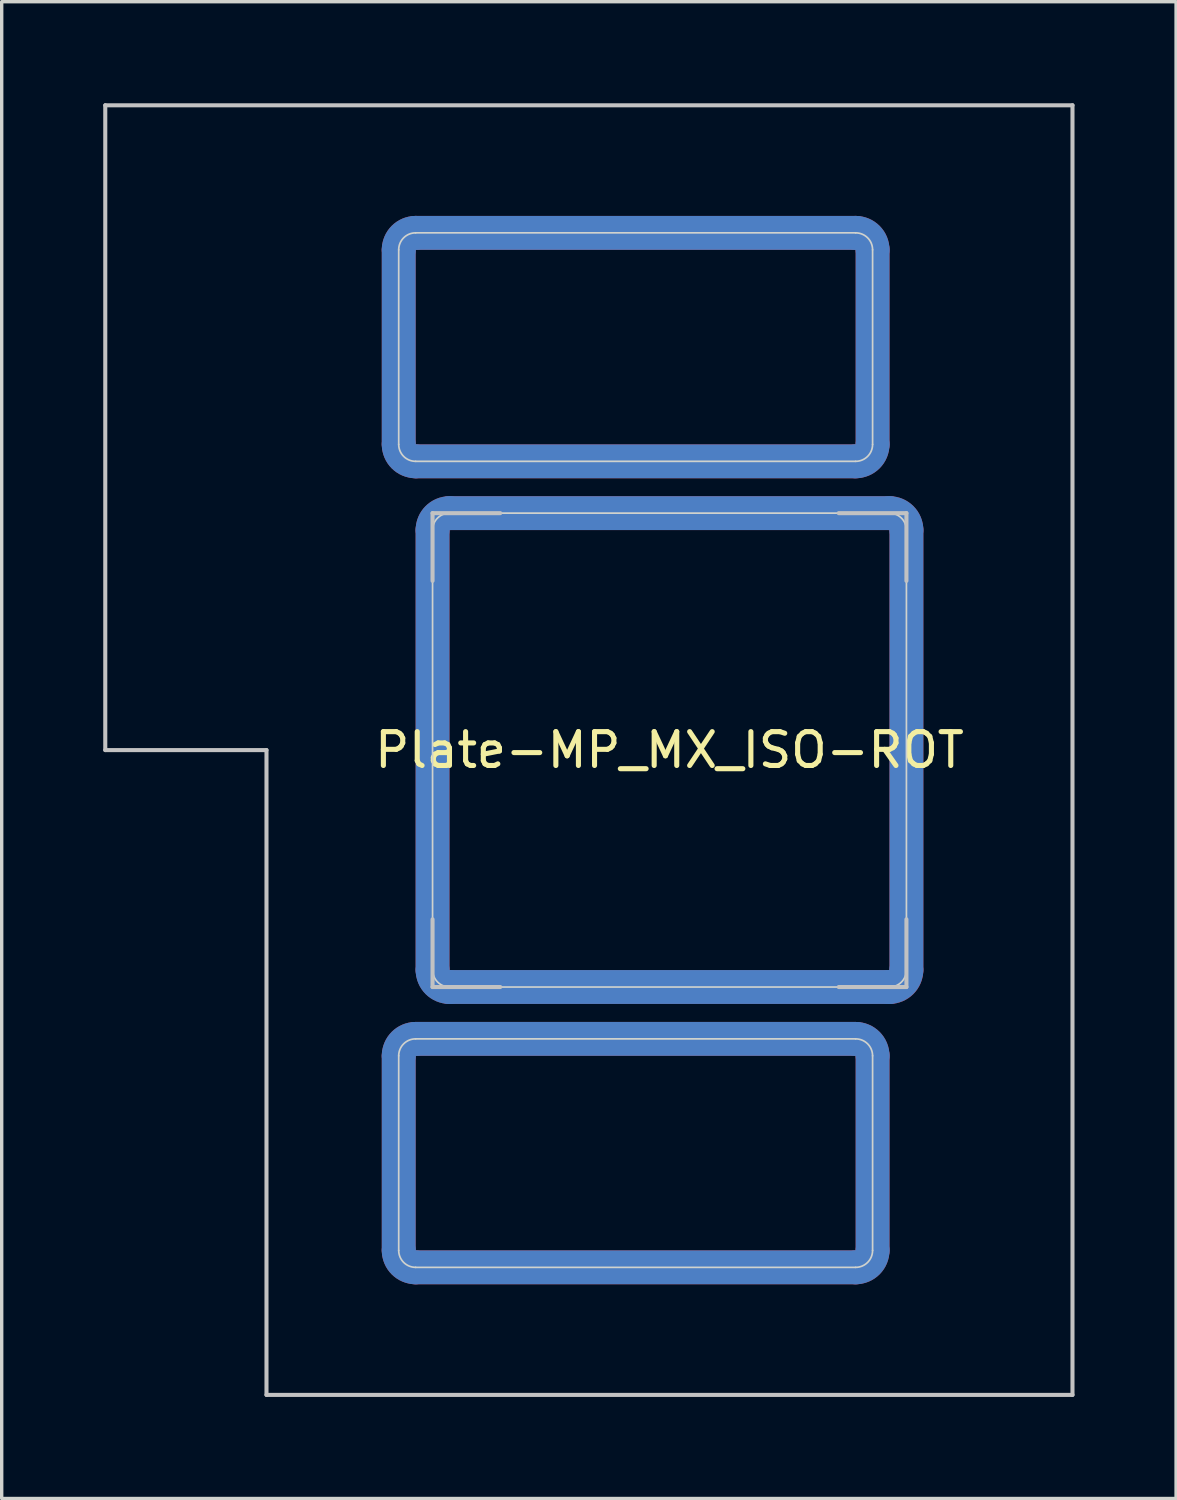
<source format=kicad_pcb>
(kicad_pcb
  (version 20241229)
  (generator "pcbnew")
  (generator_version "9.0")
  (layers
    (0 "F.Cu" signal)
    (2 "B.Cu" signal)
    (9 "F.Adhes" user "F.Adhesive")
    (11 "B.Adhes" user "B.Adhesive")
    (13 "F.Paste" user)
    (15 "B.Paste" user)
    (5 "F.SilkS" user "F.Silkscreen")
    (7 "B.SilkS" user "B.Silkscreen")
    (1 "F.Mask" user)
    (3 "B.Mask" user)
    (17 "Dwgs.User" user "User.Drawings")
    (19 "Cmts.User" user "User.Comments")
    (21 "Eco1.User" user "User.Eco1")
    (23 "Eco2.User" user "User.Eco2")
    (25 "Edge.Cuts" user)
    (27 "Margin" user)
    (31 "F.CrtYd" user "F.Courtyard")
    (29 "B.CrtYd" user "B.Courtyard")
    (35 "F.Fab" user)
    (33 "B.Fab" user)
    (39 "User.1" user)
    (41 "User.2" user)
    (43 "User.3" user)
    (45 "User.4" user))
  (footprint "Plate-MP_MX_ISO-ROT"
    (layer "F.Cu")
    (at 16.729 19.11)
    (property "Reference" "Plate-MP_MX_ISO-ROT" (at 0 0 180) (layer "F.SilkS") (effects (font (size 1 1) (thickness 0.15))))
    (attr through_hole exclude_from_pos_files exclude_from_bom allow_missing_courtyard)
    (fp_line (start -8 -14.781) (end -8 -9.031) (stroke (width 1) (type solid)) (layer "F.Cu"))
    (fp_line (start -8 9.032) (end -8 14.782) (stroke (width 1) (type solid)) (layer "F.Cu"))
    (fp_line (start -7.5 -15.281) (end 5.5 -15.281) (stroke (width 1) (type solid)) (layer "F.Cu"))
    (fp_line (start -7.5 -8.531) (end 5.5 -8.531) (stroke (width 1) (type solid)) (layer "F.Cu"))
    (fp_line (start -7.5 8.532) (end 5.5 8.532) (stroke (width 1) (type solid)) (layer "F.Cu"))
    (fp_line (start -7.5 15.282) (end 5.5 15.282) (stroke (width 1) (type solid)) (layer "F.Cu"))
    (fp_line (start -7 -6.5) (end -7 6.5) (stroke (width 1) (type solid)) (layer "F.Cu"))
    (fp_line (start -6.5 7) (end 6.5 7) (stroke (width 1) (type solid)) (layer "F.Cu"))
    (fp_line (start 6 -14.781) (end 6 -9.031) (stroke (width 1) (type solid)) (layer "F.Cu"))
    (fp_line (start 6 9.032) (end 6 14.782) (stroke (width 1) (type solid)) (layer "F.Cu"))
    (fp_line (start 6.5 -7) (end -6.5 -7) (stroke (width 1) (type solid)) (layer "F.Cu"))
    (fp_line (start 7 6.5) (end 7 -6.5) (stroke (width 1) (type solid)) (layer "F.Cu"))
    (fp_arc (start -8.000001 -14.780645) (mid -7.853554 -15.134198) (end -7.500001 -15.280645) (stroke (width 1) (type solid)) (layer "F.Cu"))
    (fp_arc (start -8.000001 9.031855) (mid -7.853554 8.678302) (end -7.500001 8.531855) (stroke (width 1) (type solid)) (layer "F.Cu"))
    (fp_arc (start -7.500001 -8.530645) (mid -7.853554 -8.677092) (end -8.000001 -9.030645) (stroke (width 1) (type solid)) (layer "F.Cu"))
    (fp_arc (start -7.500001 15.281855) (mid -7.853554 15.135408) (end -8.000001 14.781855) (stroke (width 1) (type solid)) (layer "F.Cu"))
    (fp_arc (start -7 -6.5) (mid -6.853554 -6.853554) (end -6.5 -7) (stroke (width 1) (type solid)) (layer "F.Cu"))
    (fp_arc (start -6.497236 6.998884) (mid -6.85079 6.852438) (end -6.997236 6.498884) (stroke (width 1) (type solid)) (layer "F.Cu"))
    (fp_arc (start 5.499999 -15.280645) (mid 5.853552 -15.134198) (end 5.999999 -14.780645) (stroke (width 1) (type solid)) (layer "F.Cu"))
    (fp_arc (start 5.499999 8.531855) (mid 5.853552 8.678302) (end 5.999999 9.031855) (stroke (width 1) (type solid)) (layer "F.Cu"))
    (fp_arc (start 5.999999 -9.030645) (mid 5.853553 -8.677091) (end 5.499999 -8.530645) (stroke (width 1) (type solid)) (layer "F.Cu"))
    (fp_arc (start 5.999999 14.781855) (mid 5.853553 15.135409) (end 5.499999 15.281855) (stroke (width 1) (type solid)) (layer "F.Cu"))
    (fp_arc (start 6.5 -7) (mid 6.853554 -6.853554) (end 7 -6.5) (stroke (width 1) (type solid)) (layer "F.Cu"))
    (fp_arc (start 7 6.5) (mid 6.853554 6.853554) (end 6.5 7) (stroke (width 1) (type solid)) (layer "F.Cu"))
    (fp_line (start -8 -9.031) (end -8 -14.781) (stroke (width 1.1) (type solid)) (layer "F.Mask"))
    (fp_line (start -8 14.782) (end -8 9.032) (stroke (width 1.1) (type solid)) (layer "F.Mask"))
    (fp_line (start -7.5 -15.281) (end 5.5 -15.281) (stroke (width 1.1) (type solid)) (layer "F.Mask"))
    (fp_line (start -7.5 -8.531) (end 5.5 -8.531) (stroke (width 1.1) (type solid)) (layer "F.Mask"))
    (fp_line (start -7.5 8.532) (end 5.5 8.532) (stroke (width 1.1) (type solid)) (layer "F.Mask"))
    (fp_line (start -7.5 15.282) (end 5.5 15.282) (stroke (width 1.1) (type solid)) (layer "F.Mask"))
    (fp_line (start -7 -6.5) (end -7 6.5) (stroke (width 1.1) (type solid)) (layer "F.Mask"))
    (fp_line (start -6.5 7) (end 6.5 7) (stroke (width 1.1) (type solid)) (layer "F.Mask"))
    (fp_line (start 6 -9.031) (end 6 -14.781) (stroke (width 1.1) (type solid)) (layer "F.Mask"))
    (fp_line (start 6 14.782) (end 6 9.032) (stroke (width 1.1) (type solid)) (layer "F.Mask"))
    (fp_line (start 6.5 -7) (end -6.5 -7) (stroke (width 1.1) (type solid)) (layer "F.Mask"))
    (fp_line (start 7 6.5) (end 7 -6.5) (stroke (width 1.1) (type solid)) (layer "F.Mask"))
    (fp_arc (start -8.000001 -14.780645) (mid -7.853554 -15.134198) (end -7.500001 -15.280645) (stroke (width 1.1) (type solid)) (layer "F.Mask"))
    (fp_arc (start -8.000001 9.031855) (mid -7.853554 8.678302) (end -7.500001 8.531855) (stroke (width 1.1) (type solid)) (layer "F.Mask"))
    (fp_arc (start -7.500001 -8.530645) (mid -7.853554 -8.677092) (end -8.000001 -9.030645) (stroke (width 1.1) (type solid)) (layer "F.Mask"))
    (fp_arc (start -7.500001 15.281855) (mid -7.853554 15.135408) (end -8.000001 14.781855) (stroke (width 1.1) (type solid)) (layer "F.Mask"))
    (fp_arc (start -7 -6.5) (mid -6.853554 -6.853554) (end -6.5 -7) (stroke (width 1.1) (type solid)) (layer "F.Mask"))
    (fp_arc (start -6.497236 6.998884) (mid -6.85079 6.852438) (end -6.997236 6.498884) (stroke (width 1.1) (type solid)) (layer "F.Mask"))
    (fp_arc (start 5.499999 -15.280645) (mid 5.853552 -15.134198) (end 5.999999 -14.780645) (stroke (width 1.1) (type solid)) (layer "F.Mask"))
    (fp_arc (start 5.499999 8.531855) (mid 5.853552 8.678302) (end 5.999999 9.031855) (stroke (width 1.1) (type solid)) (layer "F.Mask"))
    (fp_arc (start 5.999999 -9.030645) (mid 5.853552 -8.677092) (end 5.499999 -8.530645) (stroke (width 1.1) (type solid)) (layer "F.Mask"))
    (fp_arc (start 5.999999 14.781855) (mid 5.853552 15.135408) (end 5.499999 15.281855) (stroke (width 1.1) (type solid)) (layer "F.Mask"))
    (fp_arc (start 6.5 -7) (mid 6.853554 -6.853554) (end 7 -6.5) (stroke (width 1.1) (type solid)) (layer "F.Mask"))
    (fp_arc (start 7 6.5) (mid 6.853554 6.853554) (end 6.5 7) (stroke (width 1.1) (type solid)) (layer "F.Mask"))
    (fp_line (start -8 -9.031) (end -8 -14.781) (stroke (width 1) (type solid)) (layer "B.Cu"))
    (fp_line (start -8 14.782) (end -8 9.032) (stroke (width 1) (type solid)) (layer "B.Cu"))
    (fp_line (start -7.5 -15.281) (end 5.5 -15.281) (stroke (width 1) (type solid)) (layer "B.Cu"))
    (fp_line (start -7.5 -8.531) (end 5.5 -8.531) (stroke (width 1) (type solid)) (layer "B.Cu"))
    (fp_line (start -7.5 8.532) (end 5.5 8.532) (stroke (width 1) (type solid)) (layer "B.Cu"))
    (fp_line (start -7.5 15.282) (end 5.5 15.282) (stroke (width 1) (type solid)) (layer "B.Cu"))
    (fp_line (start -7 6.5) (end -7 -6.5) (stroke (width 1) (type solid)) (layer "B.Cu"))
    (fp_line (start -6.5 -7) (end 6.5 -7) (stroke (width 1) (type solid)) (layer "B.Cu"))
    (fp_line (start 6 -9.031) (end 6 -14.781) (stroke (width 1) (type solid)) (layer "B.Cu"))
    (fp_line (start 6 14.782) (end 6 9.032) (stroke (width 1) (type solid)) (layer "B.Cu"))
    (fp_line (start 6.5 7) (end -6.5 7) (stroke (width 1) (type solid)) (layer "B.Cu"))
    (fp_line (start 7 -6.5) (end 7 6.5) (stroke (width 1) (type solid)) (layer "B.Cu"))
    (fp_arc (start -8.000001 -14.780645) (mid -7.853554 -15.134198) (end -7.500001 -15.280645) (stroke (width 1) (type solid)) (layer "B.Cu"))
    (fp_arc (start -8.000001 9.031855) (mid -7.853554 8.678302) (end -7.500001 8.531855) (stroke (width 1) (type solid)) (layer "B.Cu"))
    (fp_arc (start -7.500001 -8.530645) (mid -7.853554 -8.677092) (end -8.000001 -9.030645) (stroke (width 1) (type solid)) (layer "B.Cu"))
    (fp_arc (start -7.500001 15.281855) (mid -7.853554 15.135408) (end -8.000001 14.781855) (stroke (width 1) (type solid)) (layer "B.Cu"))
    (fp_arc (start -7 -6.5) (mid -6.853553 -6.853553) (end -6.5 -7) (stroke (width 1) (type solid)) (layer "B.Cu"))
    (fp_arc (start -6.5 7) (mid -6.853553 6.853553) (end -7 6.5) (stroke (width 1) (type solid)) (layer "B.Cu"))
    (fp_arc (start 5.499999 -15.280645) (mid 5.853552 -15.134198) (end 5.999999 -14.780645) (stroke (width 1) (type solid)) (layer "B.Cu"))
    (fp_arc (start 5.499999 8.531855) (mid 5.853552 8.678302) (end 5.999999 9.031855) (stroke (width 1) (type solid)) (layer "B.Cu"))
    (fp_arc (start 5.999999 -9.030645) (mid 5.853552 -8.677092) (end 5.499999 -8.530645) (stroke (width 1) (type solid)) (layer "B.Cu"))
    (fp_arc (start 5.999999 14.781855) (mid 5.853552 15.135408) (end 5.499999 15.281855) (stroke (width 1) (type solid)) (layer "B.Cu"))
    (fp_arc (start 6.5 -7) (mid 6.853554 -6.853554) (end 7 -6.5) (stroke (width 1) (type solid)) (layer "B.Cu"))
    (fp_arc (start 6.997236 6.498884) (mid 6.85079 6.852438) (end 6.497236 6.998884) (stroke (width 1) (type solid)) (layer "B.Cu"))
    (fp_line (start -8 -14.781) (end -8 -9.031) (stroke (width 1.1) (type solid)) (layer "B.Mask"))
    (fp_line (start -8 9.032) (end -8 14.782) (stroke (width 1.1) (type solid)) (layer "B.Mask"))
    (fp_line (start -7.5 -15.281) (end 5.5 -15.281) (stroke (width 1.1) (type solid)) (layer "B.Mask"))
    (fp_line (start -7.5 -8.531) (end 5.5 -8.531) (stroke (width 1.1) (type solid)) (layer "B.Mask"))
    (fp_line (start -7.5 8.532) (end 5.5 8.532) (stroke (width 1.1) (type solid)) (layer "B.Mask"))
    (fp_line (start -7.5 15.282) (end 5.5 15.282) (stroke (width 1.1) (type solid)) (layer "B.Mask"))
    (fp_line (start -7 6.5) (end -7 -6.5) (stroke (width 1.1) (type solid)) (layer "B.Mask"))
    (fp_line (start -6.5 -7) (end 6.5 -7) (stroke (width 1.1) (type solid)) (layer "B.Mask"))
    (fp_line (start 6 -14.781) (end 6 -9.031) (stroke (width 1.1) (type solid)) (layer "B.Mask"))
    (fp_line (start 6 9.032) (end 6 14.782) (stroke (width 1.1) (type solid)) (layer "B.Mask"))
    (fp_line (start 6.5 7) (end -6.5 7) (stroke (width 1.1) (type solid)) (layer "B.Mask"))
    (fp_line (start 7 -6.5) (end 7 6.5) (stroke (width 1.1) (type solid)) (layer "B.Mask"))
    (fp_arc (start -8.000001 -14.780645) (mid -7.853554 -15.134198) (end -7.500001 -15.280645) (stroke (width 1.1) (type solid)) (layer "B.Mask"))
    (fp_arc (start -8.000001 9.031855) (mid -7.853554 8.678302) (end -7.500001 8.531855) (stroke (width 1.1) (type solid)) (layer "B.Mask"))
    (fp_arc (start -7.500001 -8.530645) (mid -7.853554 -8.677092) (end -8.000001 -9.030645) (stroke (width 1.1) (type solid)) (layer "B.Mask"))
    (fp_arc (start -7.500001 15.281855) (mid -7.853554 15.135408) (end -8.000001 14.781855) (stroke (width 1.1) (type solid)) (layer "B.Mask"))
    (fp_arc (start -7 -6.5) (mid -6.853553 -6.853553) (end -6.5 -7) (stroke (width 1.1) (type solid)) (layer "B.Mask"))
    (fp_arc (start -6.5 7) (mid -6.853553 6.853553) (end -7 6.5) (stroke (width 1.1) (type solid)) (layer "B.Mask"))
    (fp_arc (start 5.499999 -15.280645) (mid 5.853552 -15.134198) (end 5.999999 -14.780645) (stroke (width 1.1) (type solid)) (layer "B.Mask"))
    (fp_arc (start 5.499999 8.531855) (mid 5.853552 8.678302) (end 5.999999 9.031855) (stroke (width 1.1) (type solid)) (layer "B.Mask"))
    (fp_arc (start 5.999999 -9.030645) (mid 5.853552 -8.677092) (end 5.499999 -8.530645) (stroke (width 1.1) (type solid)) (layer "B.Mask"))
    (fp_arc (start 5.999999 14.781855) (mid 5.853552 15.135408) (end 5.499999 15.281855) (stroke (width 1.1) (type solid)) (layer "B.Mask"))
    (fp_arc (start 6.5 -7) (mid 6.853554 -6.853554) (end 7 -6.5) (stroke (width 1.1) (type solid)) (layer "B.Mask"))
    (fp_arc (start 6.997236 6.498884) (mid 6.85079 6.852438) (end 6.497236 6.998884) (stroke (width 1.1) (type solid)) (layer "B.Mask"))
    (fp_line (start -16.669 -19.05) (end -16.669 0) (stroke (width 0.12) (type solid)) (layer "Dwgs.User"))
    (fp_line (start -16.669 0) (end -11.906 0) (stroke (width 0.12) (type solid)) (layer "Dwgs.User"))
    (fp_line (start -11.906 0) (end -11.906 19.05) (stroke (width 0.12) (type solid)) (layer "Dwgs.User"))
    (fp_line (start -11.906 19.05) (end 11.906 19.05) (stroke (width 0.12) (type solid)) (layer "Dwgs.User"))
    (fp_line (start -7 -7) (end -5 -7) (stroke (width 0.12) (type solid)) (layer "Dwgs.User"))
    (fp_line (start -7 -5) (end -7 -7) (stroke (width 0.12) (type solid)) (layer "Dwgs.User"))
    (fp_line (start -7 7) (end -7 5) (stroke (width 0.12) (type solid)) (layer "Dwgs.User"))
    (fp_line (start -5 7) (end -7 7) (stroke (width 0.12) (type solid)) (layer "Dwgs.User"))
    (fp_line (start 7 -7) (end 5 -7) (stroke (width 0.12) (type solid)) (layer "Dwgs.User"))
    (fp_line (start 7 -5) (end 7 -7) (stroke (width 0.12) (type solid)) (layer "Dwgs.User"))
    (fp_line (start 7 5) (end 7 7) (stroke (width 0.12) (type solid)) (layer "Dwgs.User"))
    (fp_line (start 7 7) (end 5 7) (stroke (width 0.12) (type solid)) (layer "Dwgs.User"))
    (fp_line (start 11.906 -19.05) (end -16.669 -19.05) (stroke (width 0.12) (type solid)) (layer "Dwgs.User"))
    (fp_line (start 11.906 19.05) (end 11.906 -19.05) (stroke (width 0.12) (type solid)) (layer "Dwgs.User"))
    (fp_line (start -8 -9.031) (end -8 -14.781) (stroke (width 0.05) (type solid)) (layer "Edge.Cuts"))
    (fp_line (start -8 14.782) (end -8 9.032) (stroke (width 0.05) (type solid)) (layer "Edge.Cuts"))
    (fp_line (start -7.5 -15.281) (end 5.5 -15.281) (stroke (width 0.05) (type solid)) (layer "Edge.Cuts"))
    (fp_line (start -7.5 -8.531) (end 5.5 -8.531) (stroke (width 0.05) (type solid)) (layer "Edge.Cuts"))
    (fp_line (start -7.5 8.532) (end 5.5 8.532) (stroke (width 0.05) (type solid)) (layer "Edge.Cuts"))
    (fp_line (start -7.5 15.282) (end 5.5 15.282) (stroke (width 0.05) (type solid)) (layer "Edge.Cuts"))
    (fp_line (start -7 -6.5) (end -7 6.5) (stroke (width 0.05) (type solid)) (layer "Edge.Cuts"))
    (fp_line (start -6.5 7) (end 6.5 7) (stroke (width 0.05) (type solid)) (layer "Edge.Cuts"))
    (fp_line (start 6 -9.031) (end 6 -14.781) (stroke (width 0.05) (type solid)) (layer "Edge.Cuts"))
    (fp_line (start 6 14.782) (end 6 9.032) (stroke (width 0.05) (type solid)) (layer "Edge.Cuts"))
    (fp_line (start 6.5 -7) (end -6.5 -7) (stroke (width 0.05) (type solid)) (layer "Edge.Cuts"))
    (fp_line (start 7 6.5) (end 7 -6.5) (stroke (width 0.05) (type solid)) (layer "Edge.Cuts"))
    (fp_arc (start -8.000001 -14.780645) (mid -7.853554 -15.134198) (end -7.500001 -15.280645) (stroke (width 0.05) (type solid)) (layer "Edge.Cuts"))
    (fp_arc (start -8.000001 9.031855) (mid -7.853554 8.678302) (end -7.500001 8.531855) (stroke (width 0.05) (type solid)) (layer "Edge.Cuts"))
    (fp_arc (start -7.500001 -8.530645) (mid -7.853554 -8.677092) (end -8.000001 -9.030645) (stroke (width 0.05) (type solid)) (layer "Edge.Cuts"))
    (fp_arc (start -7.500001 15.281855) (mid -7.853554 15.135408) (end -8.000001 14.781855) (stroke (width 0.05) (type solid)) (layer "Edge.Cuts"))
    (fp_arc (start -7 -6.5) (mid -6.853553 -6.853553) (end -6.5 -7) (stroke (width 0.05) (type solid)) (layer "Edge.Cuts"))
    (fp_arc (start -6.497236 6.998884) (mid -6.850789 6.852437) (end -6.997236 6.498884) (stroke (width 0.05) (type solid)) (layer "Edge.Cuts"))
    (fp_arc (start 5.499999 -15.280645) (mid 5.853568 -15.134201) (end 5.999999 -14.780645) (stroke (width 0.05) (type solid)) (layer "Edge.Cuts"))
    (fp_arc (start 5.499999 8.531855) (mid 5.853568 8.678299) (end 5.999999 9.031855) (stroke (width 0.05) (type solid)) (layer "Edge.Cuts"))
    (fp_arc (start 5.999999 -9.030645) (mid 5.853551 -8.677094) (end 5.499999 -8.530645) (stroke (width 0.05) (type solid)) (layer "Edge.Cuts"))
    (fp_arc (start 5.999999 14.781855) (mid 5.853551 15.135406) (end 5.499999 15.281855) (stroke (width 0.05) (type solid)) (layer "Edge.Cuts"))
    (fp_arc (start 6.5 -7) (mid 6.853554 -6.853554) (end 7 -6.5) (stroke (width 0.05) (type solid)) (layer "Edge.Cuts"))
    (fp_arc (start 7 6.5) (mid 6.853554 6.853554) (end 6.5 7) (stroke (width 0.05) (type solid)) (layer "Edge.Cuts")))
  (gr_rect
    (start -3 -3)
    (end 31.695 41.22)
    (stroke (width 0.1) (type default))
    (fill no)
    (layer "Edge.Cuts")))
</source>
